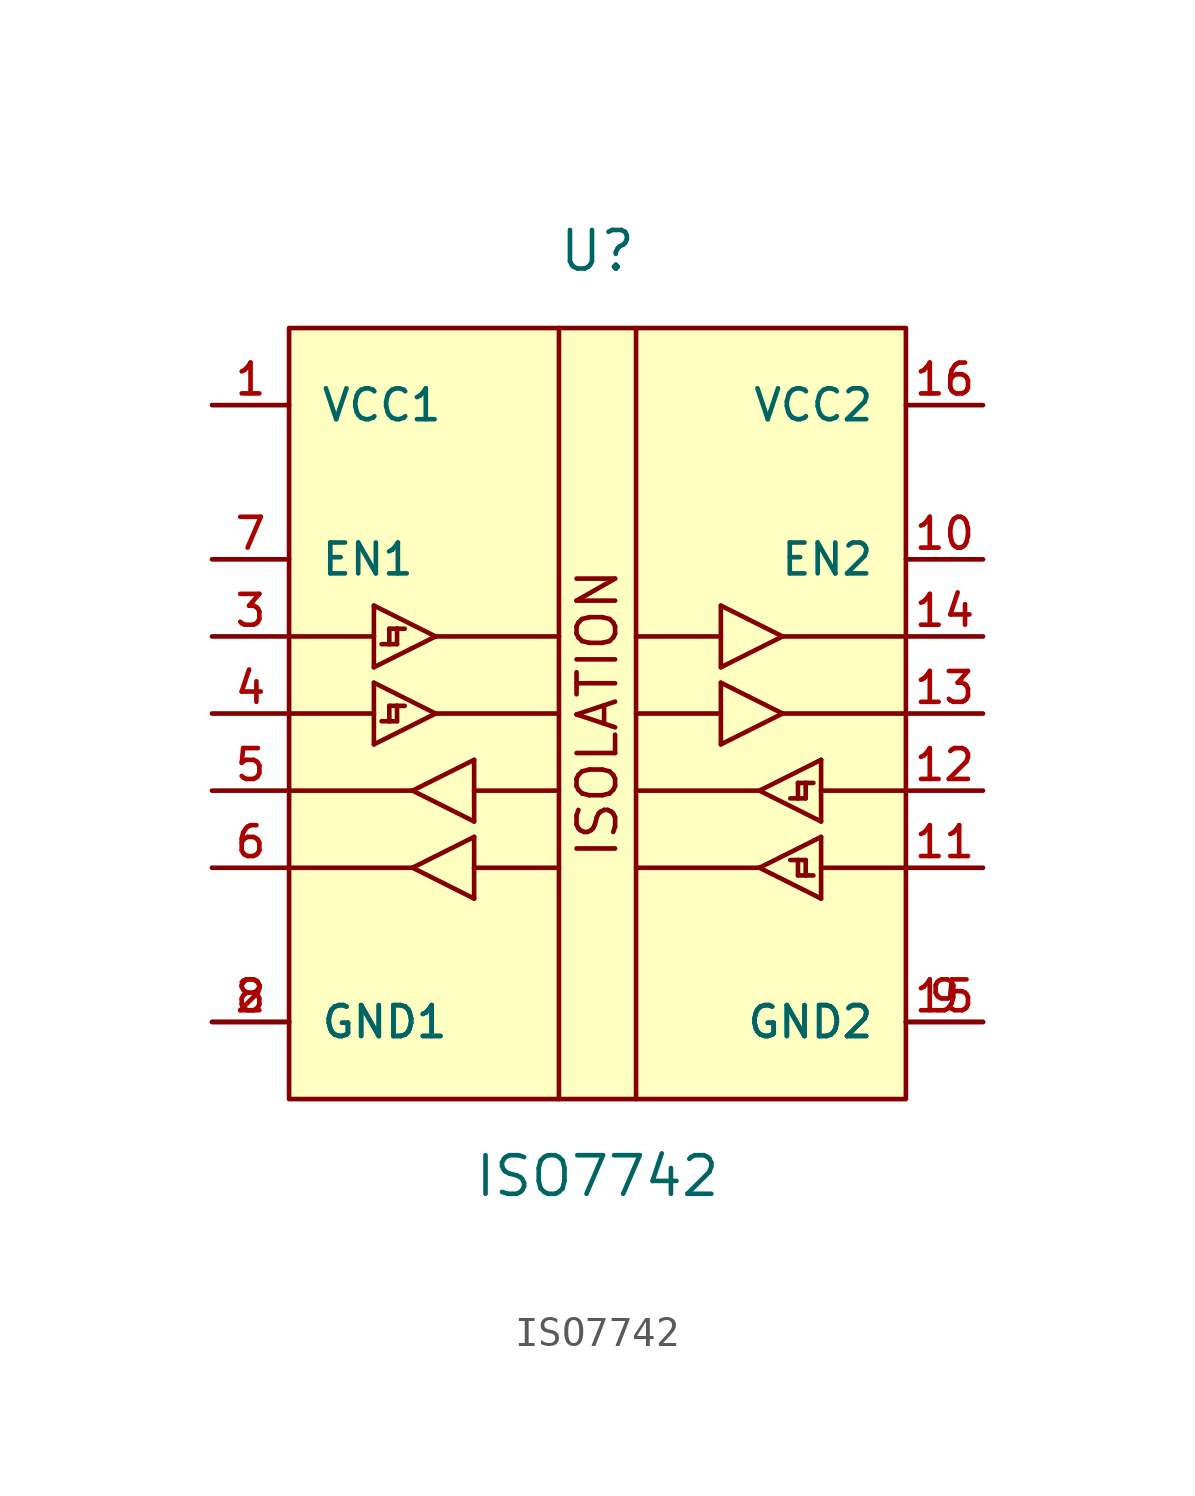
<source format=kicad_sym>
(kicad_symbol_lib
  (version 20211014)
  (generator kicad_symbol_editor)
  (symbol "ISO7742"
    (pin_names
      (offset 1.016))
    (property "Reference" "U"
      (at 0.0 15.24 0)
      (effects (font (size 1.27 1.27))))
    (property "Value" "ISO7742"
      (at 0.0 -15.24 0)
      (effects (font (size 1.27 1.27))))
    (symbol "ISO7742_0_0"
      (polyline (pts (xy -1.27 12.7) (xy -1.27 2.54)) (stroke (width 0.152)))
      (polyline (pts (xy -1.27 2.54) (xy -1.27 -12.7)) (stroke (width 0.152)))
      (polyline (pts (xy 1.27 12.7) (xy 1.27 -12.7)) (stroke (width 0.152)))
      (text "ISOLATION" (at 0.0 0.0 900) (effects (font (size 1.27 1.27))))
      (polyline (pts (xy -7.366 3.556) (xy -7.366 2.54)) (stroke (width 0.152)))
      (polyline (pts (xy -7.366 2.54) (xy -7.366 1.524)) (stroke (width 0.152)))
      (polyline (pts (xy -7.366 1.524) (xy -5.334 2.54)) (stroke (width 0.152)))
      (polyline (pts (xy -5.334 2.54) (xy -7.366 3.556)) (stroke (width 0.152)))
      (polyline (pts (xy -7.366 2.54) (xy -10.16 2.54)) (stroke (width 0.152)))
      (polyline (pts (xy -5.334 2.54) (xy -1.27 2.54)) (stroke (width 0.152)))
      (polyline (pts (xy -7.366 1.016) (xy -7.366 0.0)) (stroke (width 0.152)))
      (polyline (pts (xy -7.366 0.0) (xy -7.366 -1.016)) (stroke (width 0.152)))
      (polyline (pts (xy -7.366 -1.016) (xy -5.334 0.0)) (stroke (width 0.152)))
      (polyline (pts (xy -5.334 0.0) (xy -7.366 1.016)) (stroke (width 0.152)))
      (polyline (pts (xy -7.366 0.0) (xy -10.16 0.0)) (stroke (width 0.152)))
      (polyline (pts (xy -5.334 0.0) (xy -1.27 0.0)) (stroke (width 0.152)))
      (polyline (pts (xy 7.366 -3.556) (xy 7.366 -2.54)) (stroke (width 0.152)))
      (polyline (pts (xy 7.366 -2.54) (xy 7.366 -1.524)) (stroke (width 0.152)))
      (polyline (pts (xy 7.366 -1.524) (xy 5.334 -2.54)) (stroke (width 0.152)))
      (polyline (pts (xy 5.334 -2.54) (xy 7.366 -3.556)) (stroke (width 0.152)))
      (polyline (pts (xy 7.366 -2.54) (xy 10.16 -2.54)) (stroke (width 0.152)))
      (polyline (pts (xy 5.334 -2.54) (xy 1.27 -2.54)) (stroke (width 0.152)))
      (polyline (pts (xy 7.366 -6.096) (xy 7.366 -5.08)) (stroke (width 0.152)))
      (polyline (pts (xy 7.366 -5.08) (xy 7.366 -4.064)) (stroke (width 0.152)))
      (polyline (pts (xy 7.366 -4.064) (xy 5.334 -5.08)) (stroke (width 0.152)))
      (polyline (pts (xy 5.334 -5.08) (xy 7.366 -6.096)) (stroke (width 0.152)))
      (polyline (pts (xy 7.366 -5.08) (xy 10.16 -5.08)) (stroke (width 0.152)))
      (polyline (pts (xy 5.334 -5.08) (xy 1.27 -5.08)) (stroke (width 0.152)))
      (polyline (pts (xy -4.064 -6.096) (xy -4.064 -5.08)) (stroke (width 0.152)))
      (polyline (pts (xy -4.064 -5.08) (xy -4.064 -4.064)) (stroke (width 0.152)))
      (polyline (pts (xy -4.064 -4.064) (xy -6.096 -5.08)) (stroke (width 0.152)))
      (polyline (pts (xy -6.096 -5.08) (xy -4.064 -6.096)) (stroke (width 0.152)))
      (polyline (pts (xy -4.064 -5.08) (xy -1.27 -5.08)) (stroke (width 0.152)))
      (polyline (pts (xy -6.096 -5.08) (xy -10.16 -5.08)) (stroke (width 0.152)))
      (polyline (pts (xy -4.064 -3.556) (xy -4.064 -2.54)) (stroke (width 0.152)))
      (polyline (pts (xy -4.064 -2.54) (xy -4.064 -1.524)) (stroke (width 0.152)))
      (polyline (pts (xy -4.064 -1.524) (xy -6.096 -2.54)) (stroke (width 0.152)))
      (polyline (pts (xy -6.096 -2.54) (xy -4.064 -3.556)) (stroke (width 0.152)))
      (polyline (pts (xy -4.064 -2.54) (xy -1.27 -2.54)) (stroke (width 0.152)))
      (polyline (pts (xy -6.096 -2.54) (xy -10.16 -2.54)) (stroke (width 0.152)))
      (polyline (pts (xy 4.064 1.016) (xy 4.064 0.0)) (stroke (width 0.152)))
      (polyline (pts (xy 4.064 0.0) (xy 4.064 -1.016)) (stroke (width 0.152)))
      (polyline (pts (xy 4.064 -1.016) (xy 6.096 0.0)) (stroke (width 0.152)))
      (polyline (pts (xy 6.096 0.0) (xy 4.064 1.016)) (stroke (width 0.152)))
      (polyline (pts (xy 4.064 0.0) (xy 1.27 0.0)) (stroke (width 0.152)))
      (polyline (pts (xy 6.096 0.0) (xy 10.16 0.0)) (stroke (width 0.152)))
      (polyline (pts (xy 4.064 3.556) (xy 4.064 2.54)) (stroke (width 0.152)))
      (polyline (pts (xy 4.064 2.54) (xy 4.064 1.524)) (stroke (width 0.152)))
      (polyline (pts (xy 4.064 1.524) (xy 6.096 2.54)) (stroke (width 0.152)))
      (polyline (pts (xy 6.096 2.54) (xy 4.064 3.556)) (stroke (width 0.152)))
      (polyline (pts (xy 4.064 2.54) (xy 1.27 2.54)) (stroke (width 0.152)))
      (polyline (pts (xy 6.096 2.54) (xy 10.16 2.54)) (stroke (width 0.152)))
      (polyline (pts (xy -6.604 2.794) (xy -6.858 2.794)) (stroke (width 0.152)))
      (polyline (pts (xy -6.858 2.794) (xy -6.858 2.286)) (stroke (width 0.152)))
      (polyline (pts (xy -6.858 2.286) (xy -7.112 2.286)) (stroke (width 0.152)))
      (polyline (pts (xy -6.858 2.286) (xy -6.604 2.286)) (stroke (width 0.152)))
      (polyline (pts (xy -6.604 2.286) (xy -6.604 2.794)) (stroke (width 0.152)))
      (polyline (pts (xy -6.604 2.794) (xy -6.35 2.794)) (stroke (width 0.152)))
      (polyline (pts (xy -6.604 0.254) (xy -6.858 0.254)) (stroke (width 0.152)))
      (polyline (pts (xy -6.858 0.254) (xy -6.858 -0.254)) (stroke (width 0.152)))
      (polyline (pts (xy -6.858 -0.254) (xy -7.112 -0.254)) (stroke (width 0.152)))
      (polyline (pts (xy -6.858 -0.254) (xy -6.604 -0.254)) (stroke (width 0.152)))
      (polyline (pts (xy -6.604 -0.254) (xy -6.604 0.254)) (stroke (width 0.152)))
      (polyline (pts (xy -6.604 0.254) (xy -6.35 0.254)) (stroke (width 0.152)))
      (polyline (pts (xy 6.604 -2.794) (xy 6.858 -2.794)) (stroke (width 0.152)))
      (polyline (pts (xy 6.858 -2.794) (xy 6.858 -2.286)) (stroke (width 0.152)))
      (polyline (pts (xy 6.858 -2.286) (xy 7.112 -2.286)) (stroke (width 0.152)))
      (polyline (pts (xy 6.858 -2.286) (xy 6.604 -2.286)) (stroke (width 0.152)))
      (polyline (pts (xy 6.604 -2.286) (xy 6.604 -2.794)) (stroke (width 0.152)))
      (polyline (pts (xy 6.604 -2.794) (xy 6.35 -2.794)) (stroke (width 0.152)))
      (polyline (pts (xy 6.604 -4.826) (xy 6.858 -4.826)) (stroke (width 0.152)))
      (polyline (pts (xy 6.858 -4.826) (xy 6.858 -5.334)) (stroke (width 0.152)))
      (polyline (pts (xy 6.858 -5.334) (xy 7.112 -5.334)) (stroke (width 0.152)))
      (polyline (pts (xy 6.858 -5.334) (xy 6.604 -5.334)) (stroke (width 0.152)))
      (polyline (pts (xy 6.604 -5.334) (xy 6.604 -4.826)) (stroke (width 0.152)))
      (polyline (pts (xy 6.604 -4.826) (xy 6.35 -4.826)) (stroke (width 0.152)))
      (rectangle (start -10.16 -12.7) (end 10.16 12.7) (stroke (width 0.152)) (fill (type background)))
      (pin power_in line (at -12.7 10.16 0) (length 2.54) (name "VCC1" (effects (font (size 1.016 1.016)))) (number "1" (effects (font (size 1.016 1.016)))))
      (pin power_in line (at 12.7 10.16 180.0) (length 2.54) (name "VCC2" (effects (font (size 1.016 1.016)))) (number "16" (effects (font (size 1.016 1.016)))))
      (pin power_in line (at 12.7 -10.16 180.0) (length 2.54) (name "GND2" (effects (font (size 1.016 1.016)))) (number "9" (effects (font (size 1.016 1.016)))))
      (pin power_in line (at 12.7 -10.16 180.0) (length 2.54) (name "GND2" (effects (font (size 1.016 1.016)))) (number "15" (effects (font (size 1.016 1.016)))))
      (pin power_in line (at -12.7 -10.16 0) (length 2.54) (name "GND1" (effects (font (size 1.016 1.016)))) (number "2" (effects (font (size 1.016 1.016)))))
      (pin power_in line (at -12.7 -10.16 0) (length 2.54) (name "GND1" (effects (font (size 1.016 1.016)))) (number "8" (effects (font (size 1.016 1.016)))))
      (pin input line (at -12.7 5.08 0) (length 2.54) (name "EN1" (effects (font (size 1.016 1.016)))) (number "7" (effects (font (size 1.016 1.016)))))
      (pin input line (at 12.7 5.08 180.0) (length 2.54) (name "EN2" (effects (font (size 1.016 1.016)))) (number "10" (effects (font (size 1.016 1.016)))))
      (pin input line (at -12.7 2.54 0) (length 2.54) (name "~" (effects (font (size 1.016 1.016)))) (number "3" (effects (font (size 1.016 1.016)))))
      (pin input line (at -12.7 0.0 0) (length 2.54) (name "~" (effects (font (size 1.016 1.016)))) (number "4" (effects (font (size 1.016 1.016)))))
      (pin input line (at 12.7 -2.54 180.0) (length 2.54) (name "~" (effects (font (size 1.016 1.016)))) (number "12" (effects (font (size 1.016 1.016)))))
      (pin input line (at 12.7 -5.08 180.0) (length 2.54) (name "~" (effects (font (size 1.016 1.016)))) (number "11" (effects (font (size 1.016 1.016)))))
      (pin output line (at 12.7 2.54 180.0) (length 2.54) (name "~" (effects (font (size 1.016 1.016)))) (number "14" (effects (font (size 1.016 1.016)))))
      (pin output line (at 12.7 0.0 180.0) (length 2.54) (name "~" (effects (font (size 1.016 1.016)))) (number "13" (effects (font (size 1.016 1.016)))))
      (pin output line (at -12.7 -2.54 0) (length 2.54) (name "~" (effects (font (size 1.016 1.016)))) (number "5" (effects (font (size 1.016 1.016)))))
      (pin output line (at -12.7 -5.08 0) (length 2.54) (name "~" (effects (font (size 1.016 1.016)))) (number "6" (effects (font (size 1.016 1.016))))))))
</source>
